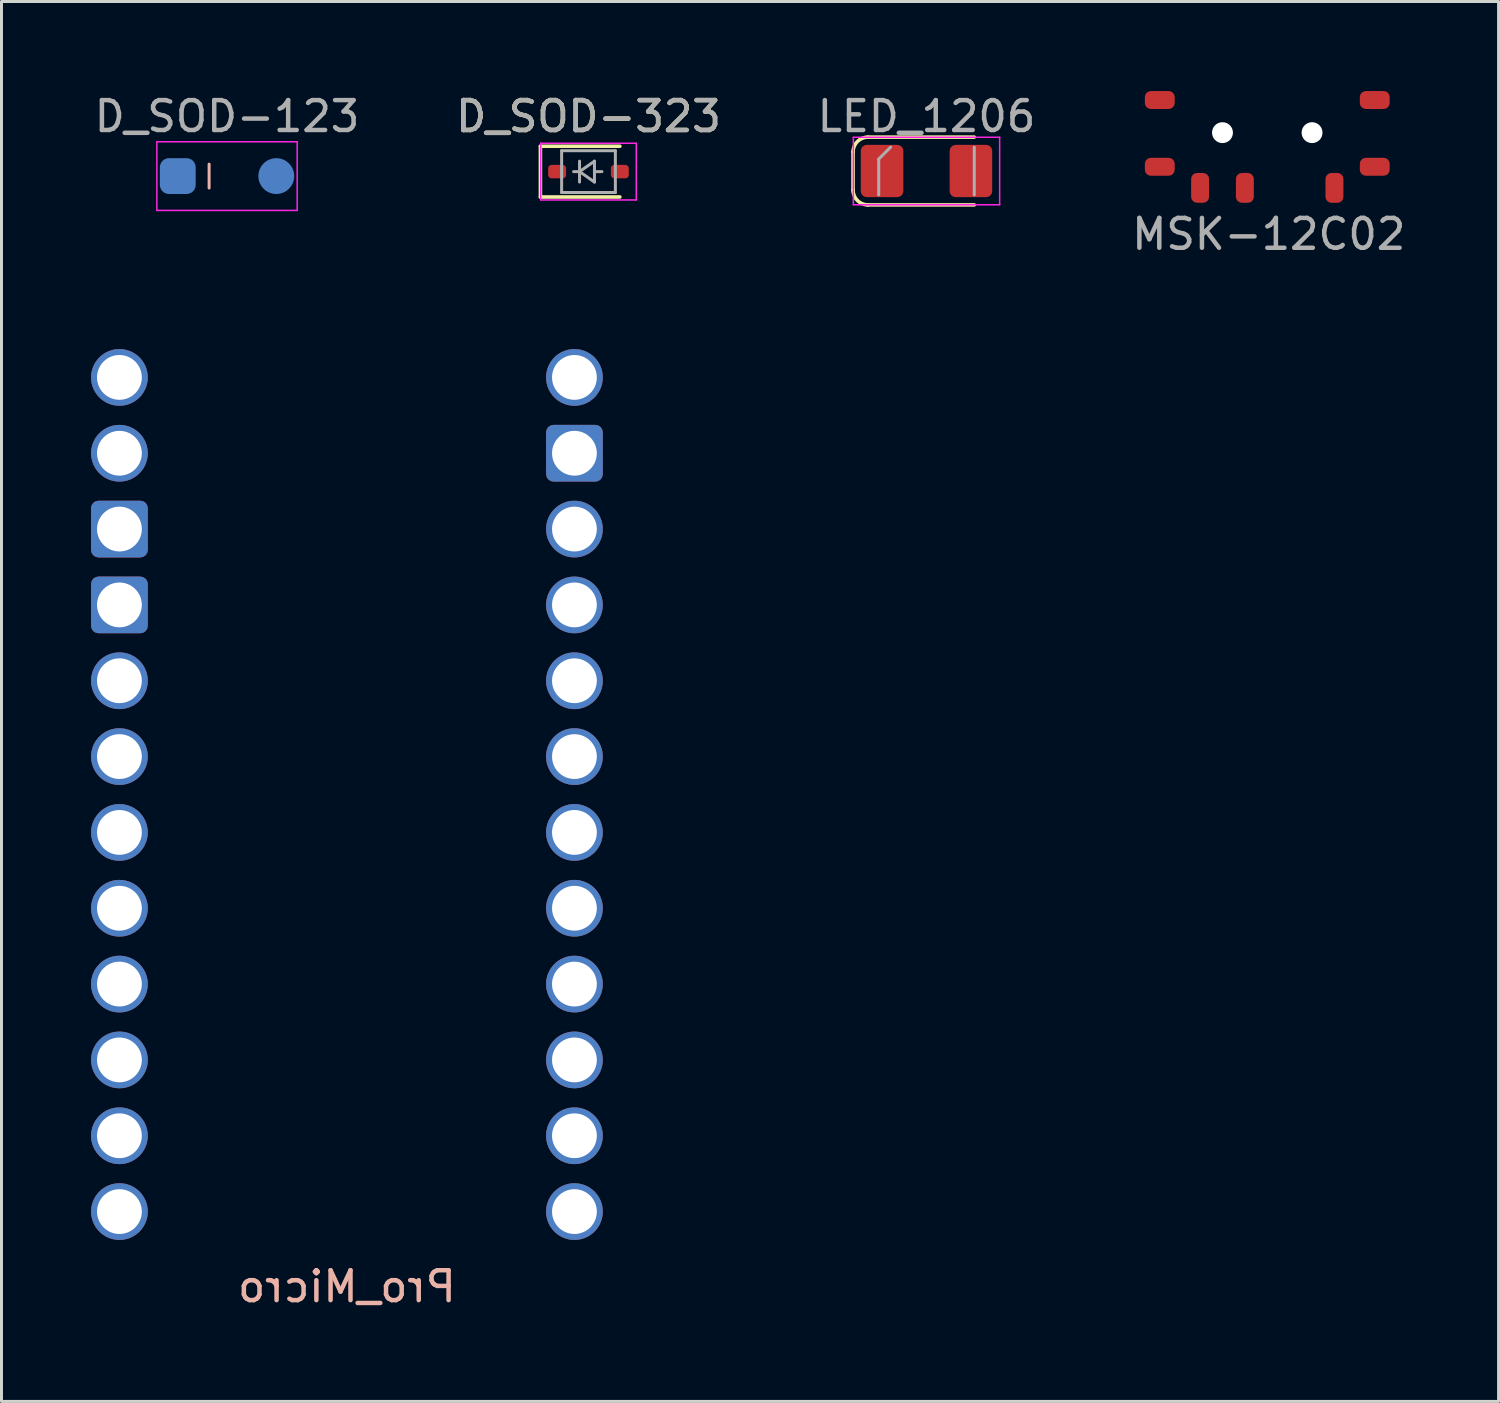
<source format=kicad_pcb>
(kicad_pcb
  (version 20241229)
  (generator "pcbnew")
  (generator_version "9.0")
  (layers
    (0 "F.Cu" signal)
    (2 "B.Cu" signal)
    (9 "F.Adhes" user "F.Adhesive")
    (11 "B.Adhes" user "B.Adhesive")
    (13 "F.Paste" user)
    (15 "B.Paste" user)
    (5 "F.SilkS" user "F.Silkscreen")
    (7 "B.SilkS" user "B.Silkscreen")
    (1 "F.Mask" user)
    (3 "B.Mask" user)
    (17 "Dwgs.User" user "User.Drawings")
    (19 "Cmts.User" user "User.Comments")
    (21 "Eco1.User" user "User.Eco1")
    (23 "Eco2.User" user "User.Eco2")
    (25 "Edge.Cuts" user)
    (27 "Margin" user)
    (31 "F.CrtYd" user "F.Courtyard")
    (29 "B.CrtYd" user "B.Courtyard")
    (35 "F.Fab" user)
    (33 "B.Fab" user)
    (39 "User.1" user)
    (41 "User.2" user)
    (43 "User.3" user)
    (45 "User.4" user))
  (footprint "Pro_Micro"
    (layer "F.Cu")
    (at 8.57 22.291)
    (property "Reference" "Pro_Micro" (at 0 17.75 0) (layer "B.SilkS") (effects (font (size 1 1) (thickness 0.15)) (justify mirror)))
    (pad "1" thru_hole oval (at -7.62 -12.7) (size 1.9 1.9) (drill 1.5) (layers "*.Cu" "*.Paste" "*.Mask"))
    (pad "2" thru_hole oval (at -7.62 -10.16) (size 1.9 1.9) (drill 1.5) (layers "*.Cu" "*.Paste" "*.Mask"))
    (pad "3" thru_hole roundrect (at -7.62 -7.62) (size 1.9 1.9) (drill 1.5) (layers "*.Cu" "*.Paste" "*.Mask") (roundrect_rratio 0.132))
    (pad "4" thru_hole roundrect (at -7.62 -5.08) (size 1.9 1.9) (drill 1.5) (layers "*.Cu" "*.Paste" "*.Mask") (roundrect_rratio 0.132))
    (pad "5" thru_hole oval (at -7.62 -2.54) (size 1.9 1.9) (drill 1.5) (layers "*.Cu" "*.Paste" "*.Mask"))
    (pad "6" thru_hole oval (at -7.62 0) (size 1.9 1.9) (drill 1.5) (layers "*.Cu" "*.Paste" "*.Mask"))
    (pad "7" thru_hole oval (at -7.62 2.54) (size 1.9 1.9) (drill 1.5) (layers "*.Cu" "*.Paste" "*.Mask"))
    (pad "8" thru_hole oval (at -7.62 5.08) (size 1.9 1.9) (drill 1.5) (layers "*.Cu" "*.Paste" "*.Mask"))
    (pad "9" thru_hole oval (at -7.62 7.62) (size 1.9 1.9) (drill 1.5) (layers "*.Cu" "*.Paste" "*.Mask"))
    (pad "10" thru_hole oval (at -7.62 10.16) (size 1.9 1.9) (drill 1.5) (layers "*.Cu" "*.Paste" "*.Mask"))
    (pad "11" thru_hole oval (at -7.62 12.7) (size 1.9 1.9) (drill 1.5) (layers "*.Cu" "*.Paste" "*.Mask"))
    (pad "12" thru_hole oval (at -7.62 15.24) (size 1.9 1.9) (drill 1.5) (layers "*.Cu" "*.Paste" "*.Mask"))
    (pad "13" thru_hole oval (at 7.62 15.24) (size 1.9 1.9) (drill 1.5) (layers "*.Cu" "*.Paste" "*.Mask"))
    (pad "14" thru_hole oval (at 7.62 12.7) (size 1.9 1.9) (drill 1.5) (layers "*.Cu" "*.Paste" "*.Mask"))
    (pad "15" thru_hole oval (at 7.62 10.16) (size 1.9 1.9) (drill 1.5) (layers "*.Cu" "*.Paste" "*.Mask"))
    (pad "16" thru_hole oval (at 7.62 7.62) (size 1.9 1.9) (drill 1.5) (layers "*.Cu" "*.Paste" "*.Mask"))
    (pad "17" thru_hole oval (at 7.62 5.08) (size 1.9 1.9) (drill 1.5) (layers "*.Cu" "*.Paste" "*.Mask"))
    (pad "18" thru_hole oval (at 7.62 2.54) (size 1.9 1.9) (drill 1.5) (layers "*.Cu" "*.Paste" "*.Mask"))
    (pad "19" thru_hole oval (at 7.62 0) (size 1.9 1.9) (drill 1.5) (layers "*.Cu" "*.Paste" "*.Mask"))
    (pad "20" thru_hole oval (at 7.62 -2.54) (size 1.9 1.9) (drill 1.5) (layers "*.Cu" "*.Paste" "*.Mask"))
    (pad "21" thru_hole oval (at 7.62 -5.08) (size 1.9 1.9) (drill 1.5) (layers "*.Cu" "*.Paste" "*.Mask"))
    (pad "22" thru_hole oval (at 7.62 -7.62) (size 1.9 1.9) (drill 1.5) (layers "*.Cu" "*.Paste" "*.Mask"))
    (pad "23" thru_hole roundrect (at 7.62 -10.16) (size 1.9 1.9) (drill 1.5) (layers "*.Cu" "*.Paste" "*.Mask") (roundrect_rratio 0.132))
    (pad "24" thru_hole oval (at 7.62 -12.7) (size 1.9 1.9) (drill 1.5) (layers "*.Cu" "*.Paste" "*.Mask")))
  (footprint "D_SOD-323"
    (layer "F.Cu")
    (at 16.661 2.698)
    (property "Reference" "D_SOD-323" (at 0 -1.85 0) (layer "F.SilkS") (effects (font (size 1 1) (thickness 0.15))))
    (attr smd)
    (fp_line (start -1.61 -0.85) (end -1.61 0.85) (stroke (width 0.12) (type solid)) (layer "F.SilkS"))
    (fp_line (start -1.61 -0.85) (end 1.05 -0.85) (stroke (width 0.12) (type solid)) (layer "F.SilkS"))
    (fp_line (start -1.61 0.85) (end 1.05 0.85) (stroke (width 0.12) (type solid)) (layer "F.SilkS"))
    (fp_line (start -1.6 -0.95) (end -1.6 0.95) (stroke (width 0.05) (type solid)) (layer "F.CrtYd"))
    (fp_line (start -1.6 -0.95) (end 1.6 -0.95) (stroke (width 0.05) (type solid)) (layer "F.CrtYd"))
    (fp_line (start -1.6 0.95) (end 1.6 0.95) (stroke (width 0.05) (type solid)) (layer "F.CrtYd"))
    (fp_line (start 1.6 -0.95) (end 1.6 0.95) (stroke (width 0.05) (type solid)) (layer "F.CrtYd"))
    (fp_line (start -0.9 -0.7) (end 0.9 -0.7) (stroke (width 0.1) (type solid)) (layer "F.Fab"))
    (fp_line (start -0.9 0.7) (end -0.9 -0.7) (stroke (width 0.1) (type solid)) (layer "F.Fab"))
    (fp_line (start -0.3 -0.35) (end -0.3 0.35) (stroke (width 0.1) (type solid)) (layer "F.Fab"))
    (fp_line (start -0.3 0) (end -0.5 0) (stroke (width 0.1) (type solid)) (layer "F.Fab"))
    (fp_line (start -0.3 0) (end 0.2 -0.35) (stroke (width 0.1) (type solid)) (layer "F.Fab"))
    (fp_line (start 0.2 -0.35) (end 0.2 0.35) (stroke (width 0.1) (type solid)) (layer "F.Fab"))
    (fp_line (start 0.2 0) (end 0.45 0) (stroke (width 0.1) (type solid)) (layer "F.Fab"))
    (fp_line (start 0.2 0.35) (end -0.3 0) (stroke (width 0.1) (type solid)) (layer "F.Fab"))
    (fp_line (start 0.9 -0.7) (end 0.9 0.7) (stroke (width 0.1) (type solid)) (layer "F.Fab"))
    (fp_line (start 0.9 0.7) (end -0.9 0.7) (stroke (width 0.1) (type solid)) (layer "F.Fab"))
    (fp_text user "${REFERENCE}" (at 0 -1.85 0) (layer "F.Fab") (effects (font (size 1 1) (thickness 0.15))))
    (pad "1" smd roundrect (at -1.05 0) (size 0.6 0.45) (layers "F.Cu" "F.Mask" "F.Paste") (roundrect_rratio 0.25))
    (pad "2" smd roundrect (at 1.05 0) (size 0.6 0.45) (layers "F.Cu" "F.Mask" "F.Paste") (roundrect_rratio 0.25)))
  (footprint "MSK-12C02"
    (layer "F.Cu")
    (at 39.396 1.393)
    (property "Reference" "MSK-12C02" (at 0.05 3.4 0) (layer "F.Fab") (effects (font (size 1 1) (thickness 0.15))))
    (attr smd)
    (pad "" smd roundrect (at -3.6 -1.093) (size 1 0.6) (layers "F.Cu" "F.Mask" "F.Paste") (roundrect_rratio 0.333))
    (pad "" smd roundrect (at -3.6 1.143) (size 1 0.6) (layers "F.Cu" "F.Mask" "F.Paste") (roundrect_rratio 0.333))
    (pad "" np_thru_hole circle (at -1.5 0 90) (size 0.7 0.7) (drill 0.7) (layers "*.Cu" "*.Mask"))
    (pad "" np_thru_hole circle (at 1.5 0 90) (size 0.7 0.7) (drill 0.7) (layers "*.Cu" "*.Mask"))
    (pad "" smd roundrect (at 3.6 -1.093) (size 1 0.6) (layers "F.Cu" "F.Mask" "F.Paste") (roundrect_rratio 0.333))
    (pad "" smd roundrect (at 3.6 1.143) (size 1 0.6) (layers "F.Cu" "F.Mask" "F.Paste") (roundrect_rratio 0.333))
    (pad "1" smd roundrect (at 2.25 1.85 90) (size 1 0.6) (layers "F.Cu" "F.Mask" "F.Paste") (roundrect_rratio 0.333))
    (pad "2" smd roundrect (at -0.75 1.85 90) (size 1 0.6) (layers "F.Cu" "F.Mask" "F.Paste") (roundrect_rratio 0.333))
    (pad "3" smd roundrect (at -2.25 1.85 90) (size 1 0.6) (layers "F.Cu" "F.Mask" "F.Paste") (roundrect_rratio 0.333)))
  (footprint "D_SOD-123"
    (layer "F.Cu")
    (at 4.554 2.848)
    (property "Reference" "D_SOD-123" (at 0 -2 0) (layer "F.Fab") (effects (font (size 1 1) (thickness 0.15))))
    (attr smd)
    (fp_line (start -0.6 -0.4) (end -0.6 0.4) (stroke (width 0.1) (type solid)) (layer "B.SilkS"))
    (fp_line (start -2.35 -1.15) (end -2.35 1.15) (stroke (width 0.05) (type solid)) (layer "F.CrtYd"))
    (fp_line (start -2.35 -1.15) (end 2.35 -1.15) (stroke (width 0.05) (type solid)) (layer "F.CrtYd"))
    (fp_line (start 2.35 -1.15) (end 2.35 1.15) (stroke (width 0.05) (type solid)) (layer "F.CrtYd"))
    (fp_line (start 2.35 1.15) (end -2.35 1.15) (stroke (width 0.05) (type solid)) (layer "F.CrtYd"))
    (pad "1" smd roundrect (at -1.65 0) (size 1.2 1.2) (layers "B.Cu" "B.Mask" "B.Paste") (roundrect_rratio 0.25))
    (pad "2" smd circle (at 1.65 0) (size 1.2 1.2) (layers "B.Cu" "B.Mask" "B.Paste")))
  (footprint "LED_1206"
    (layer "F.Cu")
    (at 27.982 2.678)
    (property "Reference" "LED_1206" (at 0 -1.83 0) (layer "F.Fab") (effects (font (size 1 1) (thickness 0.15))))
    (attr smd)
    (fp_line (start -2.46 -0.635) (end -2.46 0.635) (stroke (width 0.12) (type solid)) (layer "F.SilkS"))
    (fp_line (start -1.96 1.135) (end 1.6 1.135) (stroke (width 0.12) (type solid)) (layer "F.SilkS"))
    (fp_line (start 1.6 -1.135) (end -1.96 -1.135) (stroke (width 0.12) (type solid)) (layer "F.SilkS"))
    (fp_arc (start -2.46 -0.635) (mid -2.313553 -0.988553) (end -1.96 -1.135) (stroke (width 0.12) (type default)) (layer "F.SilkS"))
    (fp_arc (start -1.96 1.135) (mid -2.313553 0.988553) (end -2.46 0.635) (stroke (width 0.12) (type default)) (layer "F.SilkS"))
    (fp_line (start -2.45 -1.13) (end 2.45 -1.13) (stroke (width 0.05) (type solid)) (layer "F.CrtYd"))
    (fp_line (start -2.45 1.13) (end -2.45 -1.13) (stroke (width 0.05) (type solid)) (layer "F.CrtYd"))
    (fp_line (start 2.45 -1.13) (end 2.45 1.13) (stroke (width 0.05) (type solid)) (layer "F.CrtYd"))
    (fp_line (start 2.45 1.13) (end -2.45 1.13) (stroke (width 0.05) (type solid)) (layer "F.CrtYd"))
    (fp_line (start -1.6 -0.4) (end -1.6 0.8) (stroke (width 0.1) (type solid)) (layer "F.Fab"))
    (fp_line (start -1.2 -0.8) (end -1.6 -0.4) (stroke (width 0.1) (type solid)) (layer "F.Fab"))
    (fp_line (start 1.6 0.8) (end 1.6 -0.8) (stroke (width 0.1) (type solid)) (layer "F.Fab"))
    (pad "1" smd roundrect (at -1.488 0) (size 1.425 1.75) (layers "F.Cu" "F.Mask" "F.Paste") (roundrect_rratio 0.14))
    (pad "2" smd roundrect (at 1.488 0) (size 1.425 1.75) (layers "F.Cu" "F.Mask" "F.Paste") (roundrect_rratio 0.14)))
  (gr_rect
    (start -3 -3)
    (end 47.143 43.889)
    (stroke (width 0.1) (type default))
    (fill no)
    (layer "Edge.Cuts")))
</source>
